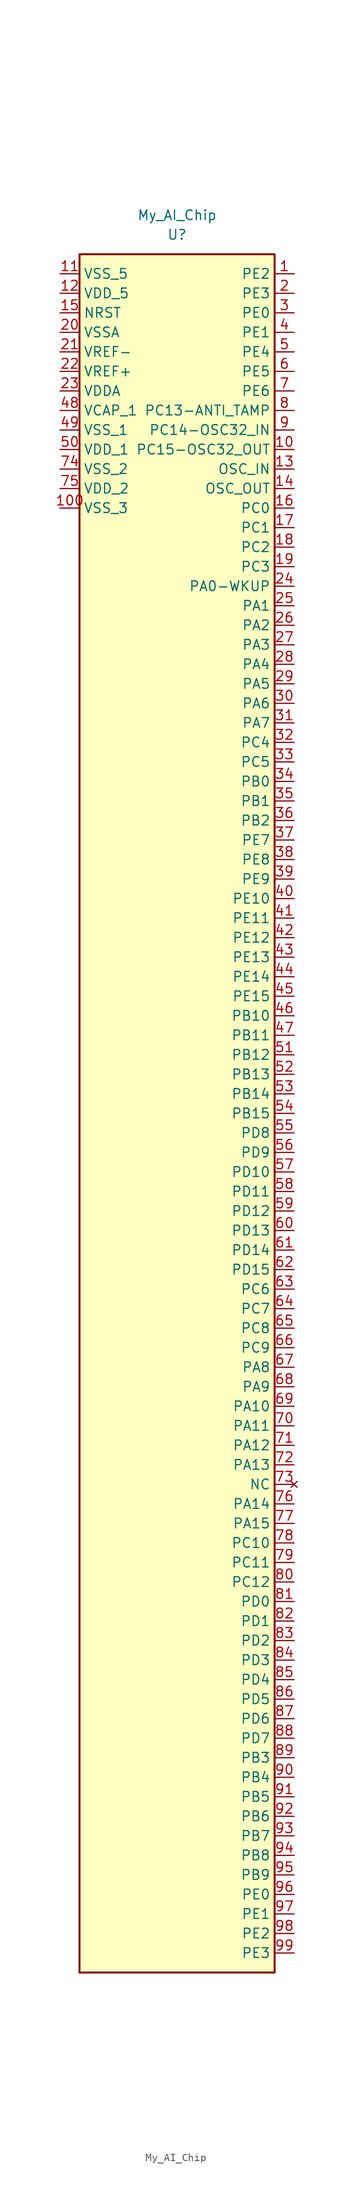
<source format=kicad_sym>
(kicad_symbol_lib
  (version 20211014)
  (generator "AI_Script_By_User")
  (symbol "My_AI_Chip"
    (property "Reference" "U"
      (at 0 114.3 0)
      (effects (font (size 1.27 1.27))))
    (property "Value" "My_AI_Chip"
      (at 0 116.84 0)
      (effects (font (size 1.27 1.27))))
    (symbol "My_AI_Chip_1_1"
      (pin power_in line (at -15.24 109.22 0) (length 2.54) (name "VSS_5" (effects (font (size 1.27 1.27)))) (number "11" (effects (font (size 1.27 1.27)))))
      (pin power_in line (at -15.24 106.68 0) (length 2.54) (name "VDD_5" (effects (font (size 1.27 1.27)))) (number "12" (effects (font (size 1.27 1.27)))))
      (pin input line (at -15.24 104.14 0) (length 2.54) (name "NRST" (effects (font (size 1.27 1.27)))) (number "15" (effects (font (size 1.27 1.27)))))
      (pin power_in line (at -15.24 101.6 0) (length 2.54) (name "VSSA" (effects (font (size 1.27 1.27)))) (number "20" (effects (font (size 1.27 1.27)))))
      (pin power_in line (at -15.24 99.06 0) (length 2.54) (name "VREF-" (effects (font (size 1.27 1.27)))) (number "21" (effects (font (size 1.27 1.27)))))
      (pin power_in line (at -15.24 96.52 0) (length 2.54) (name "VREF+" (effects (font (size 1.27 1.27)))) (number "22" (effects (font (size 1.27 1.27)))))
      (pin power_in line (at -15.24 93.98 0) (length 2.54) (name "VDDA" (effects (font (size 1.27 1.27)))) (number "23" (effects (font (size 1.27 1.27)))))
      (pin power_in line (at -15.24 91.44 0) (length 2.54) (name "VCAP_1" (effects (font (size 1.27 1.27)))) (number "48" (effects (font (size 1.27 1.27)))))
      (pin power_in line (at -15.24 88.9 0) (length 2.54) (name "VSS_1" (effects (font (size 1.27 1.27)))) (number "49" (effects (font (size 1.27 1.27)))))
      (pin power_in line (at -15.24 86.36 0) (length 2.54) (name "VDD_1" (effects (font (size 1.27 1.27)))) (number "50" (effects (font (size 1.27 1.27)))))
      (pin power_in line (at -15.24 83.82 0) (length 2.54) (name "VSS_2" (effects (font (size 1.27 1.27)))) (number "74" (effects (font (size 1.27 1.27)))))
      (pin power_in line (at -15.24 81.28 0) (length 2.54) (name "VDD_2" (effects (font (size 1.27 1.27)))) (number "75" (effects (font (size 1.27 1.27)))))
      (pin power_in line (at -15.24 78.74 0) (length 2.54) (name "VSS_3" (effects (font (size 1.27 1.27)))) (number "100" (effects (font (size 1.27 1.27)))))
      (pin bidirectional line (at 15.24 109.22 180) (length 2.54) (name "PE2" (effects (font (size 1.27 1.27)))) (number "1" (effects (font (size 1.27 1.27)))))
      (pin bidirectional line (at 15.24 106.68 180) (length 2.54) (name "PE3" (effects (font (size 1.27 1.27)))) (number "2" (effects (font (size 1.27 1.27)))))
      (pin bidirectional line (at 15.24 104.14 180) (length 2.54) (name "PE0" (effects (font (size 1.27 1.27)))) (number "3" (effects (font (size 1.27 1.27)))))
      (pin bidirectional line (at 15.24 101.6 180) (length 2.54) (name "PE1" (effects (font (size 1.27 1.27)))) (number "4" (effects (font (size 1.27 1.27)))))
      (pin bidirectional line (at 15.24 99.06 180) (length 2.54) (name "PE4" (effects (font (size 1.27 1.27)))) (number "5" (effects (font (size 1.27 1.27)))))
      (pin bidirectional line (at 15.24 96.52 180) (length 2.54) (name "PE5" (effects (font (size 1.27 1.27)))) (number "6" (effects (font (size 1.27 1.27)))))
      (pin bidirectional line (at 15.24 93.98 180) (length 2.54) (name "PE6" (effects (font (size 1.27 1.27)))) (number "7" (effects (font (size 1.27 1.27)))))
      (pin bidirectional line (at 15.24 91.44 180) (length 2.54) (name "PC13-ANTI_TAMP" (effects (font (size 1.27 1.27)))) (number "8" (effects (font (size 1.27 1.27)))))
      (pin bidirectional line (at 15.24 88.9 180) (length 2.54) (name "PC14-OSC32_IN" (effects (font (size 1.27 1.27)))) (number "9" (effects (font (size 1.27 1.27)))))
      (pin bidirectional line (at 15.24 86.36 180) (length 2.54) (name "PC15-OSC32_OUT" (effects (font (size 1.27 1.27)))) (number "10" (effects (font (size 1.27 1.27)))))
      (pin bidirectional line (at 15.24 83.82 180) (length 2.54) (name "OSC_IN" (effects (font (size 1.27 1.27)))) (number "13" (effects (font (size 1.27 1.27)))))
      (pin bidirectional line (at 15.24 81.28 180) (length 2.54) (name "OSC_OUT" (effects (font (size 1.27 1.27)))) (number "14" (effects (font (size 1.27 1.27)))))
      (pin bidirectional line (at 15.24 78.74 180) (length 2.54) (name "PC0" (effects (font (size 1.27 1.27)))) (number "16" (effects (font (size 1.27 1.27)))))
      (pin bidirectional line (at 15.24 76.2 180) (length 2.54) (name "PC1" (effects (font (size 1.27 1.27)))) (number "17" (effects (font (size 1.27 1.27)))))
      (pin bidirectional line (at 15.24 73.66 180) (length 2.54) (name "PC2" (effects (font (size 1.27 1.27)))) (number "18" (effects (font (size 1.27 1.27)))))
      (pin bidirectional line (at 15.24 71.12 180) (length 2.54) (name "PC3" (effects (font (size 1.27 1.27)))) (number "19" (effects (font (size 1.27 1.27)))))
      (pin bidirectional line (at 15.24 68.58 180) (length 2.54) (name "PA0-WKUP" (effects (font (size 1.27 1.27)))) (number "24" (effects (font (size 1.27 1.27)))))
      (pin bidirectional line (at 15.24 66.04 180) (length 2.54) (name "PA1" (effects (font (size 1.27 1.27)))) (number "25" (effects (font (size 1.27 1.27)))))
      (pin bidirectional line (at 15.24 63.5 180) (length 2.54) (name "PA2" (effects (font (size 1.27 1.27)))) (number "26" (effects (font (size 1.27 1.27)))))
      (pin bidirectional line (at 15.24 60.96 180) (length 2.54) (name "PA3" (effects (font (size 1.27 1.27)))) (number "27" (effects (font (size 1.27 1.27)))))
      (pin bidirectional line (at 15.24 58.42 180) (length 2.54) (name "PA4" (effects (font (size 1.27 1.27)))) (number "28" (effects (font (size 1.27 1.27)))))
      (pin bidirectional line (at 15.24 55.88 180) (length 2.54) (name "PA5" (effects (font (size 1.27 1.27)))) (number "29" (effects (font (size 1.27 1.27)))))
      (pin bidirectional line (at 15.24 53.34 180) (length 2.54) (name "PA6" (effects (font (size 1.27 1.27)))) (number "30" (effects (font (size 1.27 1.27)))))
      (pin bidirectional line (at 15.24 50.8 180) (length 2.54) (name "PA7" (effects (font (size 1.27 1.27)))) (number "31" (effects (font (size 1.27 1.27)))))
      (pin bidirectional line (at 15.24 48.26 180) (length 2.54) (name "PC4" (effects (font (size 1.27 1.27)))) (number "32" (effects (font (size 1.27 1.27)))))
      (pin bidirectional line (at 15.24 45.72 180) (length 2.54) (name "PC5" (effects (font (size 1.27 1.27)))) (number "33" (effects (font (size 1.27 1.27)))))
      (pin bidirectional line (at 15.24 43.18 180) (length 2.54) (name "PB0" (effects (font (size 1.27 1.27)))) (number "34" (effects (font (size 1.27 1.27)))))
      (pin bidirectional line (at 15.24 40.64 180) (length 2.54) (name "PB1" (effects (font (size 1.27 1.27)))) (number "35" (effects (font (size 1.27 1.27)))))
      (pin bidirectional line (at 15.24 38.1 180) (length 2.54) (name "PB2" (effects (font (size 1.27 1.27)))) (number "36" (effects (font (size 1.27 1.27)))))
      (pin bidirectional line (at 15.24 35.56 180) (length 2.54) (name "PE7" (effects (font (size 1.27 1.27)))) (number "37" (effects (font (size 1.27 1.27)))))
      (pin bidirectional line (at 15.24 33.02 180) (length 2.54) (name "PE8" (effects (font (size 1.27 1.27)))) (number "38" (effects (font (size 1.27 1.27)))))
      (pin bidirectional line (at 15.24 30.48 180) (length 2.54) (name "PE9" (effects (font (size 1.27 1.27)))) (number "39" (effects (font (size 1.27 1.27)))))
      (pin bidirectional line (at 15.24 27.94 180) (length 2.54) (name "PE10" (effects (font (size 1.27 1.27)))) (number "40" (effects (font (size 1.27 1.27)))))
      (pin bidirectional line (at 15.24 25.4 180) (length 2.54) (name "PE11" (effects (font (size 1.27 1.27)))) (number "41" (effects (font (size 1.27 1.27)))))
      (pin bidirectional line (at 15.24 22.86 180) (length 2.54) (name "PE12" (effects (font (size 1.27 1.27)))) (number "42" (effects (font (size 1.27 1.27)))))
      (pin bidirectional line (at 15.24 20.32 180) (length 2.54) (name "PE13" (effects (font (size 1.27 1.27)))) (number "43" (effects (font (size 1.27 1.27)))))
      (pin bidirectional line (at 15.24 17.78 180) (length 2.54) (name "PE14" (effects (font (size 1.27 1.27)))) (number "44" (effects (font (size 1.27 1.27)))))
      (pin bidirectional line (at 15.24 15.24 180) (length 2.54) (name "PE15" (effects (font (size 1.27 1.27)))) (number "45" (effects (font (size 1.27 1.27)))))
      (pin bidirectional line (at 15.24 12.7 180) (length 2.54) (name "PB10" (effects (font (size 1.27 1.27)))) (number "46" (effects (font (size 1.27 1.27)))))
      (pin bidirectional line (at 15.24 10.16 180) (length 2.54) (name "PB11" (effects (font (size 1.27 1.27)))) (number "47" (effects (font (size 1.27 1.27)))))
      (pin bidirectional line (at 15.24 7.62 180) (length 2.54) (name "PB12" (effects (font (size 1.27 1.27)))) (number "51" (effects (font (size 1.27 1.27)))))
      (pin bidirectional line (at 15.24 5.08 180) (length 2.54) (name "PB13" (effects (font (size 1.27 1.27)))) (number "52" (effects (font (size 1.27 1.27)))))
      (pin bidirectional line (at 15.24 2.54 180) (length 2.54) (name "PB14" (effects (font (size 1.27 1.27)))) (number "53" (effects (font (size 1.27 1.27)))))
      (pin bidirectional line (at 15.24 -8.881784197001252e-14 180) (length 2.54) (name "PB15" (effects (font (size 1.27 1.27)))) (number "54" (effects (font (size 1.27 1.27)))))
      (pin bidirectional line (at 15.24 -2.54 180) (length 2.54) (name "PD8" (effects (font (size 1.27 1.27)))) (number "55" (effects (font (size 1.27 1.27)))))
      (pin bidirectional line (at 15.24 -5.08 180) (length 2.54) (name "PD9" (effects (font (size 1.27 1.27)))) (number "56" (effects (font (size 1.27 1.27)))))
      (pin bidirectional line (at 15.24 -7.62 180) (length 2.54) (name "PD10" (effects (font (size 1.27 1.27)))) (number "57" (effects (font (size 1.27 1.27)))))
      (pin bidirectional line (at 15.24 -10.16 180) (length 2.54) (name "PD11" (effects (font (size 1.27 1.27)))) (number "58" (effects (font (size 1.27 1.27)))))
      (pin bidirectional line (at 15.24 -12.7 180) (length 2.54) (name "PD12" (effects (font (size 1.27 1.27)))) (number "59" (effects (font (size 1.27 1.27)))))
      (pin bidirectional line (at 15.24 -15.24 180) (length 2.54) (name "PD13" (effects (font (size 1.27 1.27)))) (number "60" (effects (font (size 1.27 1.27)))))
      (pin bidirectional line (at 15.24 -17.78 180) (length 2.54) (name "PD14" (effects (font (size 1.27 1.27)))) (number "61" (effects (font (size 1.27 1.27)))))
      (pin bidirectional line (at 15.24 -20.32 180) (length 2.54) (name "PD15" (effects (font (size 1.27 1.27)))) (number "62" (effects (font (size 1.27 1.27)))))
      (pin bidirectional line (at 15.24 -22.86 180) (length 2.54) (name "PC6" (effects (font (size 1.27 1.27)))) (number "63" (effects (font (size 1.27 1.27)))))
      (pin bidirectional line (at 15.24 -25.4 180) (length 2.54) (name "PC7" (effects (font (size 1.27 1.27)))) (number "64" (effects (font (size 1.27 1.27)))))
      (pin bidirectional line (at 15.24 -27.94 180) (length 2.54) (name "PC8" (effects (font (size 1.27 1.27)))) (number "65" (effects (font (size 1.27 1.27)))))
      (pin bidirectional line (at 15.24 -30.48 180) (length 2.54) (name "PC9" (effects (font (size 1.27 1.27)))) (number "66" (effects (font (size 1.27 1.27)))))
      (pin bidirectional line (at 15.24 -33.02 180) (length 2.54) (name "PA8" (effects (font (size 1.27 1.27)))) (number "67" (effects (font (size 1.27 1.27)))))
      (pin bidirectional line (at 15.24 -35.56 180) (length 2.54) (name "PA9" (effects (font (size 1.27 1.27)))) (number "68" (effects (font (size 1.27 1.27)))))
      (pin bidirectional line (at 15.24 -38.1 180) (length 2.54) (name "PA10" (effects (font (size 1.27 1.27)))) (number "69" (effects (font (size 1.27 1.27)))))
      (pin bidirectional line (at 15.24 -40.64 180) (length 2.54) (name "PA11" (effects (font (size 1.27 1.27)))) (number "70" (effects (font (size 1.27 1.27)))))
      (pin bidirectional line (at 15.24 -43.18 180) (length 2.54) (name "PA12" (effects (font (size 1.27 1.27)))) (number "71" (effects (font (size 1.27 1.27)))))
      (pin bidirectional line (at 15.24 -45.72 180) (length 2.54) (name "PA13" (effects (font (size 1.27 1.27)))) (number "72" (effects (font (size 1.27 1.27)))))
      (pin no_connect line (at 15.24 -48.26 180) (length 2.54) (name "NC" (effects (font (size 1.27 1.27)))) (number "73" (effects (font (size 1.27 1.27)))))
      (pin bidirectional line (at 15.24 -50.8 180) (length 2.54) (name "PA14" (effects (font (size 1.27 1.27)))) (number "76" (effects (font (size 1.27 1.27)))))
      (pin bidirectional line (at 15.24 -53.34 180) (length 2.54) (name "PA15" (effects (font (size 1.27 1.27)))) (number "77" (effects (font (size 1.27 1.27)))))
      (pin bidirectional line (at 15.24 -55.88 180) (length 2.54) (name "PC10" (effects (font (size 1.27 1.27)))) (number "78" (effects (font (size 1.27 1.27)))))
      (pin bidirectional line (at 15.24 -58.42 180) (length 2.54) (name "PC11" (effects (font (size 1.27 1.27)))) (number "79" (effects (font (size 1.27 1.27)))))
      (pin bidirectional line (at 15.24 -60.96 180) (length 2.54) (name "PC12" (effects (font (size 1.27 1.27)))) (number "80" (effects (font (size 1.27 1.27)))))
      (pin bidirectional line (at 15.24 -63.5 180) (length 2.54) (name "PD0" (effects (font (size 1.27 1.27)))) (number "81" (effects (font (size 1.27 1.27)))))
      (pin bidirectional line (at 15.24 -66.04 180) (length 2.54) (name "PD1" (effects (font (size 1.27 1.27)))) (number "82" (effects (font (size 1.27 1.27)))))
      (pin bidirectional line (at 15.24 -68.58 180) (length 2.54) (name "PD2" (effects (font (size 1.27 1.27)))) (number "83" (effects (font (size 1.27 1.27)))))
      (pin bidirectional line (at 15.24 -71.12 180) (length 2.54) (name "PD3" (effects (font (size 1.27 1.27)))) (number "84" (effects (font (size 1.27 1.27)))))
      (pin bidirectional line (at 15.24 -73.66 180) (length 2.54) (name "PD4" (effects (font (size 1.27 1.27)))) (number "85" (effects (font (size 1.27 1.27)))))
      (pin bidirectional line (at 15.24 -76.2 180) (length 2.54) (name "PD5" (effects (font (size 1.27 1.27)))) (number "86" (effects (font (size 1.27 1.27)))))
      (pin bidirectional line (at 15.24 -78.74 180) (length 2.54) (name "PD6" (effects (font (size 1.27 1.27)))) (number "87" (effects (font (size 1.27 1.27)))))
      (pin bidirectional line (at 15.24 -81.28 180) (length 2.54) (name "PD7" (effects (font (size 1.27 1.27)))) (number "88" (effects (font (size 1.27 1.27)))))
      (pin bidirectional line (at 15.24 -83.82 180) (length 2.54) (name "PB3" (effects (font (size 1.27 1.27)))) (number "89" (effects (font (size 1.27 1.27)))))
      (pin bidirectional line (at 15.24 -86.36 180) (length 2.54) (name "PB4" (effects (font (size 1.27 1.27)))) (number "90" (effects (font (size 1.27 1.27)))))
      (pin bidirectional line (at 15.24 -88.9 180) (length 2.54) (name "PB5" (effects (font (size 1.27 1.27)))) (number "91" (effects (font (size 1.27 1.27)))))
      (pin bidirectional line (at 15.24 -91.44 180) (length 2.54) (name "PB6" (effects (font (size 1.27 1.27)))) (number "92" (effects (font (size 1.27 1.27)))))
      (pin bidirectional line (at 15.24 -93.98 180) (length 2.54) (name "PB7" (effects (font (size 1.27 1.27)))) (number "93" (effects (font (size 1.27 1.27)))))
      (pin bidirectional line (at 15.24 -96.52 180) (length 2.54) (name "PB8" (effects (font (size 1.27 1.27)))) (number "94" (effects (font (size 1.27 1.27)))))
      (pin bidirectional line (at 15.24 -99.06 180) (length 2.54) (name "PB9" (effects (font (size 1.27 1.27)))) (number "95" (effects (font (size 1.27 1.27)))))
      (pin bidirectional line (at 15.24 -101.6 180) (length 2.54) (name "PE0" (effects (font (size 1.27 1.27)))) (number "96" (effects (font (size 1.27 1.27)))))
      (pin bidirectional line (at 15.24 -104.14 180) (length 2.54) (name "PE1" (effects (font (size 1.27 1.27)))) (number "97" (effects (font (size 1.27 1.27)))))
      (pin bidirectional line (at 15.24 -106.68 180) (length 2.54) (name "PE2" (effects (font (size 1.27 1.27)))) (number "98" (effects (font (size 1.27 1.27)))))
      (pin bidirectional line (at 15.24 -109.22 180) (length 2.54) (name "PE3" (effects (font (size 1.27 1.27)))) (number "99" (effects (font (size 1.27 1.27)))))
      (rectangle (start -12.7 111.76) (end 12.7 -111.76) (stroke (width 0.254) (type default) (color 0 0 0 0)) (fill (type background))))))
</source>
